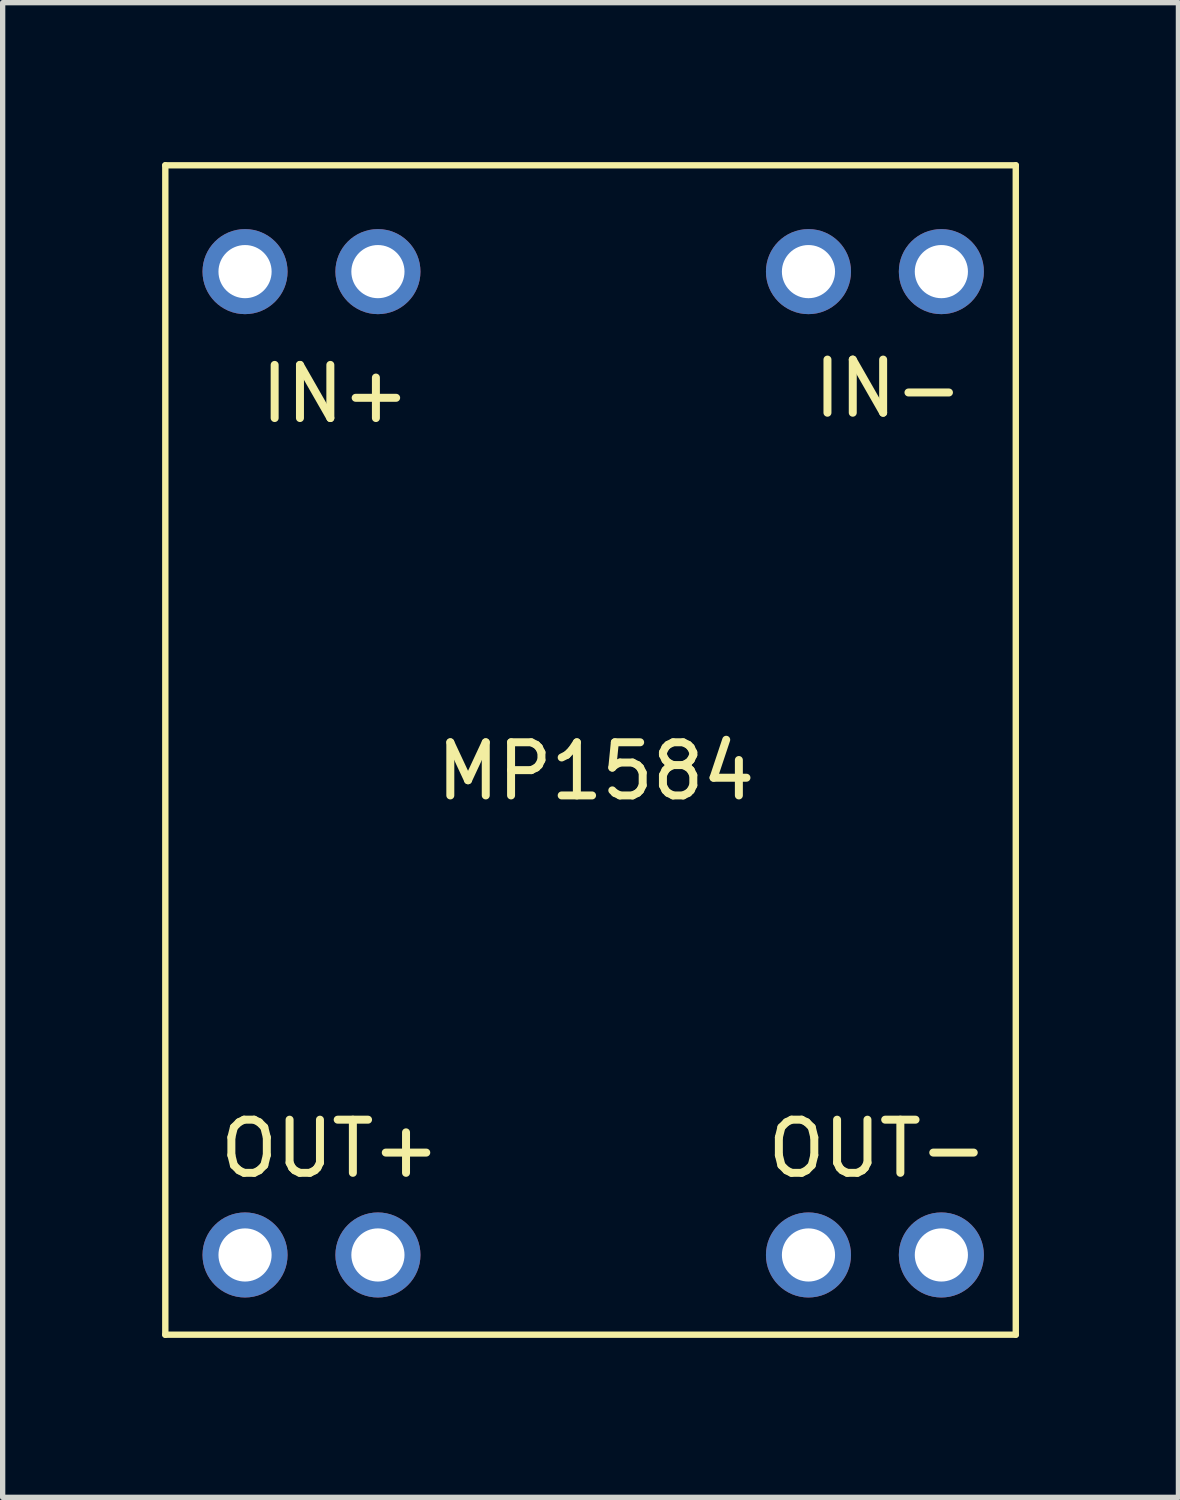
<source format=kicad_pcb>
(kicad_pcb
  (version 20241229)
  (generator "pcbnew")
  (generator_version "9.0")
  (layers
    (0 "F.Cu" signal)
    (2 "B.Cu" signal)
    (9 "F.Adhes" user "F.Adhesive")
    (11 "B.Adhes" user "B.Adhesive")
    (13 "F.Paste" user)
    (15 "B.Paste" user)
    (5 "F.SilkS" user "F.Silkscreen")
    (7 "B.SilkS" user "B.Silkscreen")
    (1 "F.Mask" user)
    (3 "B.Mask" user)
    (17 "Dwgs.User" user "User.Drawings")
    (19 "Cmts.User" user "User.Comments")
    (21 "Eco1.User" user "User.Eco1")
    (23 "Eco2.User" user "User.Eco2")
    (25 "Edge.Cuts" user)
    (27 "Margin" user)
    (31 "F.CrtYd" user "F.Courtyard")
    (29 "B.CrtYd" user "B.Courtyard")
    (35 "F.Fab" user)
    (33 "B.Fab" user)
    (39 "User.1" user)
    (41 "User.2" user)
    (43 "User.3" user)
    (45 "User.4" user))
  (footprint "MP1584"
    (layer "F.Cu")
    (at 6.06 1.06)
    (property "Reference" "MP1584" (at 2.1 10.4 0) (layer "F.SilkS") (effects (font (size 1 1) (thickness 0.15))))
    (attr through_hole)
    (fp_line (start -6 -1) (end -6 21) (stroke (width 0.12) (type solid)) (layer "F.SilkS"))
    (fp_line (start -6 21) (end 10 21) (stroke (width 0.12) (type solid)) (layer "F.SilkS"))
    (fp_line (start 10 -1) (end -6 -1) (stroke (width 0.12) (type solid)) (layer "F.SilkS"))
    (fp_line (start 10 21) (end 10 -1) (stroke (width 0.12) (type solid)) (layer "F.SilkS"))
    (fp_text user "IN-" (at 7.6 3.2 0) (layer "F.SilkS") (effects (font (size 1 1) (thickness 0.15))))
    (fp_text user "IN+" (at -2.8 3.3 0) (layer "F.SilkS") (effects (font (size 1 1) (thickness 0.15))))
    (fp_text user "OUT+" (at -2.9 17.5 0) (layer "F.SilkS") (effects (font (size 1 1) (thickness 0.15))))
    (fp_text user "OUT-" (at 7.4 17.5 0) (layer "F.SilkS") (effects (font (size 1 1) (thickness 0.15))))
    (pad "1" thru_hole circle (at -4.5 1) (size 1.6 1.6) (drill 1) (layers "*.Cu" "*.Mask"))
    (pad "2" thru_hole circle (at -2 1) (size 1.6 1.6) (drill 1) (layers "*.Cu" "*.Mask"))
    (pad "3" thru_hole circle (at 6.1 1) (size 1.6 1.6) (drill 1) (layers "*.Cu" "*.Mask"))
    (pad "4" thru_hole circle (at 8.6 1) (size 1.6 1.6) (drill 1) (layers "*.Cu" "*.Mask"))
    (pad "5" thru_hole circle (at -4.5 19.5) (size 1.6 1.6) (drill 1) (layers "*.Cu" "*.Mask"))
    (pad "6" thru_hole circle (at -2 19.5) (size 1.6 1.6) (drill 1) (layers "*.Cu" "*.Mask"))
    (pad "7" thru_hole circle (at 6.1 19.5) (size 1.6 1.6) (drill 1) (layers "*.Cu" "*.Mask"))
    (pad "8" thru_hole circle (at 8.6 19.5) (size 1.6 1.6) (drill 1) (layers "*.Cu" "*.Mask")))
  (gr_rect
    (start -3 -3)
    (end 19.12 25.12)
    (stroke (width 0.1) (type default))
    (fill no)
    (layer "Edge.Cuts")))
</source>
